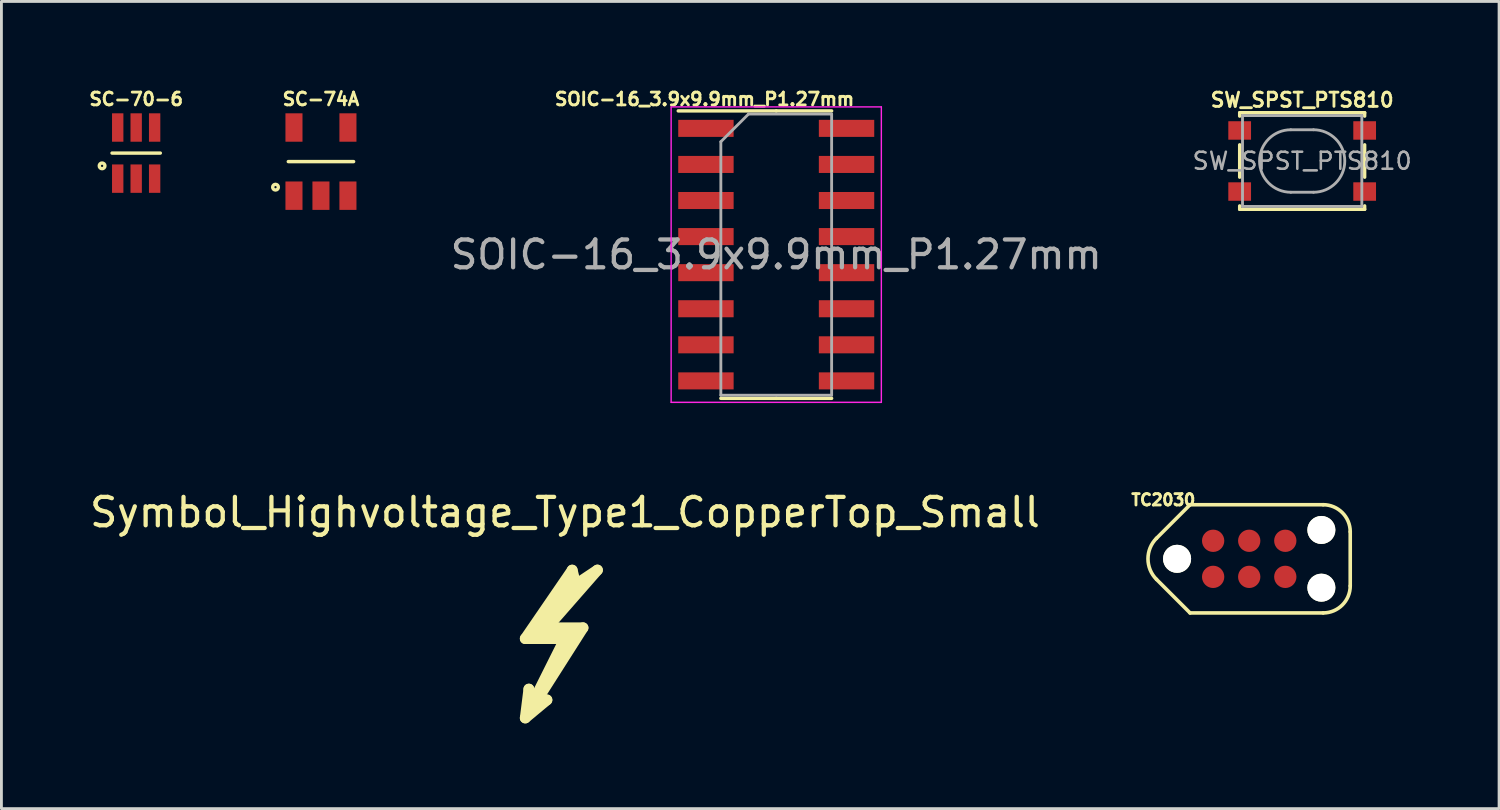
<source format=kicad_pcb>
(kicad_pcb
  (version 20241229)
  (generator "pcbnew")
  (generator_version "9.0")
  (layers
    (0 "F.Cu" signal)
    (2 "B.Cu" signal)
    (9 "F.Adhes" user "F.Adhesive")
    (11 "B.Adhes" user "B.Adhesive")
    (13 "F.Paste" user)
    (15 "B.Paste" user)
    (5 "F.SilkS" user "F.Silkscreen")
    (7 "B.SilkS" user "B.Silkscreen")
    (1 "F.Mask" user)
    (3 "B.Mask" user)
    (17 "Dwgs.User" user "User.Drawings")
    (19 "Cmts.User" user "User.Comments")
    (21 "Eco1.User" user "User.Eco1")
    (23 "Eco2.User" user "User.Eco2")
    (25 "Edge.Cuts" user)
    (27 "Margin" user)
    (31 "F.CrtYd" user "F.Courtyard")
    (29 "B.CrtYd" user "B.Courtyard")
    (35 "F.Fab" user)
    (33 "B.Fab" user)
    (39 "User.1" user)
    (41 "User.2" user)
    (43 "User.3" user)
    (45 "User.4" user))
  (footprint "Symbol_Highvoltage_Type1_CopperTop_Small"
    (layer "F.Cu")
    (at 15.823 20.194)
    (property "Reference" "Symbol_Highvoltage_Type1_CopperTop_Small" (at 1.016 -5.207 0) (layer "F.SilkS") (effects (font (size 1 1) (thickness 0.15))))
    (attr exclude_from_pos_files exclude_from_bom)
    (fp_line (start -0.381 -0.762) (end 1.016 -0.762) (stroke (width 0.381) (type solid)) (layer "F.SilkS"))
    (fp_line (start -0.381 2.032) (end 0.381 1.397) (stroke (width 0.381) (type solid)) (layer "F.SilkS"))
    (fp_line (start -0.254 1.016) (end -0.381 2.032) (stroke (width 0.381) (type solid)) (layer "F.SilkS"))
    (fp_line (start -0.127 1.524) (end -0.254 1.016) (stroke (width 0.381) (type solid)) (layer "F.SilkS"))
    (fp_line (start -0.127 1.651) (end 1.651 -1.143) (stroke (width 0.381) (type solid)) (layer "F.SilkS"))
    (fp_line (start 0 -0.889) (end 1.27 -0.889) (stroke (width 0.381) (type solid)) (layer "F.SilkS"))
    (fp_line (start 0.381 -1.143) (end 2.159 -3.175) (stroke (width 0.381) (type solid)) (layer "F.SilkS"))
    (fp_line (start 0.381 1.397) (end -0.127 1.651) (stroke (width 0.381) (type solid)) (layer "F.SilkS"))
    (fp_line (start 1.016 -0.762) (end -0.127 1.524) (stroke (width 0.381) (type solid)) (layer "F.SilkS"))
    (fp_line (start 1.27 -3.17) (end -0.381 -0.762) (stroke (width 0.381) (type solid)) (layer "F.SilkS"))
    (fp_line (start 1.397 -2.794) (end 0 -0.889) (stroke (width 0.381) (type solid)) (layer "F.SilkS"))
    (fp_line (start 1.397 -2.667) (end 1.27 -3.175) (stroke (width 0.381) (type solid)) (layer "F.SilkS"))
    (fp_line (start 1.651 -1.143) (end 0.381 -1.143) (stroke (width 0.381) (type solid)) (layer "F.SilkS"))
    (fp_line (start 2.159 -3.175) (end 1.397 -2.667) (stroke (width 0.381) (type solid)) (layer "F.SilkS")))
  (footprint "SW_SPST_PTS810"
    (layer "F.Cu")
    (at 42.792 2.618)
    (property "Reference" "SW_SPST_PTS810" (at 0 -2.15 0) (layer "F.SilkS") (effects (font (size 0.5 0.5) (thickness 0.1))))
    (attr smd)
    (fp_line (start -2.2 -1.7) (end -2.2 -1.58) (stroke (width 0.12) (type solid)) (layer "F.SilkS"))
    (fp_line (start -2.2 -0.57) (end -2.2 0.57) (stroke (width 0.12) (type solid)) (layer "F.SilkS"))
    (fp_line (start -2.2 1.58) (end -2.2 1.7) (stroke (width 0.12) (type solid)) (layer "F.SilkS"))
    (fp_line (start -2.2 1.7) (end 2.2 1.7) (stroke (width 0.12) (type solid)) (layer "F.SilkS"))
    (fp_line (start 2.2 -1.7) (end -2.2 -1.7) (stroke (width 0.12) (type solid)) (layer "F.SilkS"))
    (fp_line (start 2.2 -1.58) (end 2.2 -1.7) (stroke (width 0.12) (type solid)) (layer "F.SilkS"))
    (fp_line (start 2.2 0.57) (end 2.2 -0.57) (stroke (width 0.12) (type solid)) (layer "F.SilkS"))
    (fp_line (start 2.2 1.7) (end 2.2 1.58) (stroke (width 0.12) (type solid)) (layer "F.SilkS"))
    (fp_line (start -2.1 -1.6) (end -2.1 1.6) (stroke (width 0.1) (type solid)) (layer "F.Fab"))
    (fp_line (start -2.1 1.6) (end 2.1 1.6) (stroke (width 0.1) (type solid)) (layer "F.Fab"))
    (fp_line (start -0.4 -1.1) (end 0.4 -1.1) (stroke (width 0.1) (type solid)) (layer "F.Fab"))
    (fp_line (start 0.4 1.1) (end -0.4 1.1) (stroke (width 0.1) (type solid)) (layer "F.Fab"))
    (fp_line (start 2.1 -1.6) (end -2.1 -1.6) (stroke (width 0.1) (type solid)) (layer "F.Fab"))
    (fp_line (start 2.1 1.6) (end 2.1 -1.6) (stroke (width 0.1) (type solid)) (layer "F.Fab"))
    (fp_arc (start -0.4 1.1) (mid -1.5 0) (end -0.4 -1.1) (stroke (width 0.1) (type solid)) (layer "F.Fab"))
    (fp_arc (start 0.4 -1.1) (mid 1.5 0) (end 0.4 1.1) (stroke (width 0.1) (type solid)) (layer "F.Fab"))
    (fp_text user "${REFERENCE}" (at 0 0 0) (layer "F.Fab") (effects (font (size 0.6 0.6) (thickness 0.09))))
    (pad "1" smd rect (at -2.2 -1.075) (size 0.8 0.65) (layers "F.Cu" "F.Mask" "F.Paste"))
    (pad "1" smd rect (at 2.2 -1.075) (size 0.8 0.65) (layers "F.Cu" "F.Mask" "F.Paste"))
    (pad "2" smd rect (at -2.2 1.075) (size 0.8 0.65) (layers "F.Cu" "F.Mask" "F.Paste"))
    (pad "2" smd rect (at 2.2 1.075) (size 0.8 0.65) (layers "F.Cu" "F.Mask" "F.Paste")))
  (footprint "SOIC-16_3.9x9.9mm_P1.27mm"
    (layer "F.Cu")
    (at 24.277 5.914)
    (property "Reference" "SOIC-16_3.9x9.9mm_P1.27mm" (at -2.525 -5.475 0) (layer "F.SilkS") (effects (font (size 0.45 0.45) (thickness 0.1))))
    (attr smd)
    (fp_line (start 0 -5.06) (end -3.45 -5.06) (stroke (width 0.12) (type solid)) (layer "F.SilkS"))
    (fp_line (start 0 -5.06) (end 1.95 -5.06) (stroke (width 0.12) (type solid)) (layer "F.SilkS"))
    (fp_line (start 0 5.06) (end -1.95 5.06) (stroke (width 0.12) (type solid)) (layer "F.SilkS"))
    (fp_line (start 0 5.06) (end 1.95 5.06) (stroke (width 0.12) (type solid)) (layer "F.SilkS"))
    (fp_line (start -3.7 -5.2) (end -3.7 5.2) (stroke (width 0.05) (type solid)) (layer "F.CrtYd"))
    (fp_line (start -3.7 5.2) (end 3.7 5.2) (stroke (width 0.05) (type solid)) (layer "F.CrtYd"))
    (fp_line (start 3.7 -5.2) (end -3.7 -5.2) (stroke (width 0.05) (type solid)) (layer "F.CrtYd"))
    (fp_line (start 3.7 5.2) (end 3.7 -5.2) (stroke (width 0.05) (type solid)) (layer "F.CrtYd"))
    (fp_line (start -1.95 -3.975) (end -0.975 -4.95) (stroke (width 0.1) (type solid)) (layer "F.Fab"))
    (fp_line (start -1.95 4.95) (end -1.95 -3.975) (stroke (width 0.1) (type solid)) (layer "F.Fab"))
    (fp_line (start -0.975 -4.95) (end 1.95 -4.95) (stroke (width 0.1) (type solid)) (layer "F.Fab"))
    (fp_line (start 1.95 -4.95) (end 1.95 4.95) (stroke (width 0.1) (type solid)) (layer "F.Fab"))
    (fp_line (start 1.95 4.95) (end -1.95 4.95) (stroke (width 0.1) (type solid)) (layer "F.Fab"))
    (fp_text user "${REFERENCE}" (at 0 0 0) (layer "F.Fab") (effects (font (size 0.98 0.98) (thickness 0.15))))
    (pad "1" smd rect (at -2.475 -4.445) (size 1.95 0.6) (layers "F.Cu" "F.Mask" "F.Paste"))
    (pad "2" smd rect (at -2.475 -3.175) (size 1.95 0.6) (layers "F.Cu" "F.Mask" "F.Paste"))
    (pad "3" smd rect (at -2.475 -1.905) (size 1.95 0.6) (layers "F.Cu" "F.Mask" "F.Paste"))
    (pad "4" smd rect (at -2.475 -0.635) (size 1.95 0.6) (layers "F.Cu" "F.Mask" "F.Paste"))
    (pad "5" smd rect (at -2.475 0.635) (size 1.95 0.6) (layers "F.Cu" "F.Mask" "F.Paste"))
    (pad "6" smd rect (at -2.475 1.905) (size 1.95 0.6) (layers "F.Cu" "F.Mask" "F.Paste"))
    (pad "7" smd rect (at -2.475 3.175) (size 1.95 0.6) (layers "F.Cu" "F.Mask" "F.Paste"))
    (pad "8" smd rect (at -2.475 4.445) (size 1.95 0.6) (layers "F.Cu" "F.Mask" "F.Paste"))
    (pad "9" smd rect (at 2.475 4.445) (size 1.95 0.6) (layers "F.Cu" "F.Mask" "F.Paste"))
    (pad "10" smd rect (at 2.475 3.175) (size 1.95 0.6) (layers "F.Cu" "F.Mask" "F.Paste"))
    (pad "11" smd rect (at 2.475 1.905) (size 1.95 0.6) (layers "F.Cu" "F.Mask" "F.Paste"))
    (pad "12" smd rect (at 2.475 0.635) (size 1.95 0.6) (layers "F.Cu" "F.Mask" "F.Paste"))
    (pad "13" smd rect (at 2.475 -0.635) (size 1.95 0.6) (layers "F.Cu" "F.Mask" "F.Paste"))
    (pad "14" smd rect (at 2.475 -1.905) (size 1.95 0.6) (layers "F.Cu" "F.Mask" "F.Paste"))
    (pad "15" smd rect (at 2.475 -3.175) (size 1.95 0.6) (layers "F.Cu" "F.Mask" "F.Paste"))
    (pad "16" smd rect (at 2.475 -4.445) (size 1.95 0.6) (layers "F.Cu" "F.Mask" "F.Paste")))
  (footprint "SC-70-6"
    (layer "F.Cu")
    (at 1.744 2.339)
    (property "Reference" "SC-70-6" (at 0 -1.9 0) (layer "F.SilkS") (effects (font (size 0.45 0.45) (thickness 0.1))))
    (attr through_hole)
    (fp_line (start 0.85 0) (end -0.85 0) (stroke (width 0.12) (type solid)) (layer "F.SilkS"))
    (fp_circle (center -1.2 0.45) (end -1.3 0.45) (stroke (width 0.12) (type solid)) (fill no) (layer "F.SilkS"))
    (pad "1" smd rect (at -0.65 0.9) (size 0.4 1) (layers "F.Cu" "F.Mask" "F.Paste"))
    (pad "2" smd rect (at 0 0.9) (size 0.4 1) (layers "F.Cu" "F.Mask" "F.Paste"))
    (pad "3" smd rect (at 0.65 0.9) (size 0.4 1) (layers "F.Cu" "F.Mask" "F.Paste"))
    (pad "4" smd rect (at 0.65 -0.9) (size 0.4 1) (layers "F.Cu" "F.Mask" "F.Paste"))
    (pad "5" smd rect (at 0 -0.9) (size 0.4 1) (layers "F.Cu" "F.Mask" "F.Paste"))
    (pad "6" smd rect (at -0.65 -0.9) (size 0.4 1) (layers "F.Cu" "F.Mask" "F.Paste")))
  (footprint "TC2030"
    (layer "F.Cu")
    (at 40.928 16.623)
    (property "Reference" "TC2030" (at -3.025 -2.075 0) (layer "F.SilkS") (effects (font (size 0.4 0.4) (thickness 0.1))))
    (attr exclude_from_pos_files exclude_from_bom)
    (fp_line (start -3.264 -0.724) (end -2.083 -1.905) (stroke (width 0.127) (type solid)) (layer "F.SilkS"))
    (fp_line (start -3.264 0.724) (end -2.083 1.905) (stroke (width 0.127) (type solid)) (layer "F.SilkS"))
    (fp_line (start 2.603 -1.905) (end -2.083 -1.905) (stroke (width 0.127) (type solid)) (layer "F.SilkS"))
    (fp_line (start 2.603 1.905) (end -2.083 1.905) (stroke (width 0.127) (type solid)) (layer "F.SilkS"))
    (fp_line (start 3.556 -0.953) (end 3.556 0.953) (stroke (width 0.127) (type solid)) (layer "F.SilkS"))
    (fp_arc (start -3.2639 0.7239) (mid -3.563749 0) (end -3.2639 -0.7239) (stroke (width 0.127) (type solid)) (layer "F.SilkS"))
    (fp_arc (start 2.6035 -1.905) (mid 3.277019 -1.626019) (end 3.556 -0.9525) (stroke (width 0.127) (type solid)) (layer "F.SilkS"))
    (fp_arc (start 3.556 0.9525) (mid 3.277019 1.626019) (end 2.6035 1.905) (stroke (width 0.127) (type solid)) (layer "F.SilkS"))
    (pad "" np_thru_hole circle (at -2.54 0) (size 0.988 0.988) (drill 0.988) (layers "*.Cu" "*.Mask" "F.SilkS"))
    (pad "" np_thru_hole circle (at 2.54 -1.016) (size 0.986 0.986) (drill 0.986) (layers "*.Cu" "*.Mask" "F.SilkS"))
    (pad "" np_thru_hole circle (at 2.54 1.016) (size 0.986 0.986) (drill 0.986) (layers "*.Cu" "*.Mask" "F.SilkS"))
    (pad "1" connect circle (at -1.27 0.635) (size 0.785 0.785) (layers "F.Cu" "F.Mask"))
    (pad "2" connect circle (at -1.27 -0.635) (size 0.785 0.785) (layers "F.Cu" "F.Mask"))
    (pad "3" connect circle (at 0 0.635) (size 0.785 0.785) (layers "F.Cu" "F.Mask"))
    (pad "4" connect circle (at 0 -0.635) (size 0.785 0.785) (layers "F.Cu" "F.Mask"))
    (pad "5" connect circle (at 1.27 0.635) (size 0.785 0.785) (layers "F.Cu" "F.Mask"))
    (pad "6" connect circle (at 1.27 -0.635) (size 0.785 0.785) (layers "F.Cu" "F.Mask")))
  (footprint "SC-74A"
    (layer "F.Cu")
    (at 8.249 2.639)
    (property "Reference" "SC-74A" (at 0 -2.2 0) (layer "F.SilkS") (effects (font (size 0.45 0.45) (thickness 0.1))))
    (attr through_hole)
    (fp_line (start 1.15 0) (end -1.15 0) (stroke (width 0.12) (type solid)) (layer "F.SilkS"))
    (fp_circle (center -1.6 0.9) (end -1.7 0.9) (stroke (width 0.12) (type solid)) (fill no) (layer "F.SilkS"))
    (pad "1" smd rect (at -0.95 1.2) (size 0.6 1) (layers "F.Cu" "F.Mask" "F.Paste"))
    (pad "2" smd rect (at 0 1.2) (size 0.6 1) (layers "F.Cu" "F.Mask" "F.Paste"))
    (pad "3" smd rect (at 0.95 1.2) (size 0.6 1) (layers "F.Cu" "F.Mask" "F.Paste"))
    (pad "4" smd rect (at 0.95 -1.2) (size 0.6 1) (layers "F.Cu" "F.Mask" "F.Paste"))
    (pad "5" smd rect (at -0.95 -1.2) (size 0.6 1) (layers "F.Cu" "F.Mask" "F.Paste")))
  (gr_rect
    (start -3 -3)
    (end 49.724 25.416)
    (stroke (width 0.1) (type default))
    (fill no)
    (layer "Edge.Cuts")))
</source>
